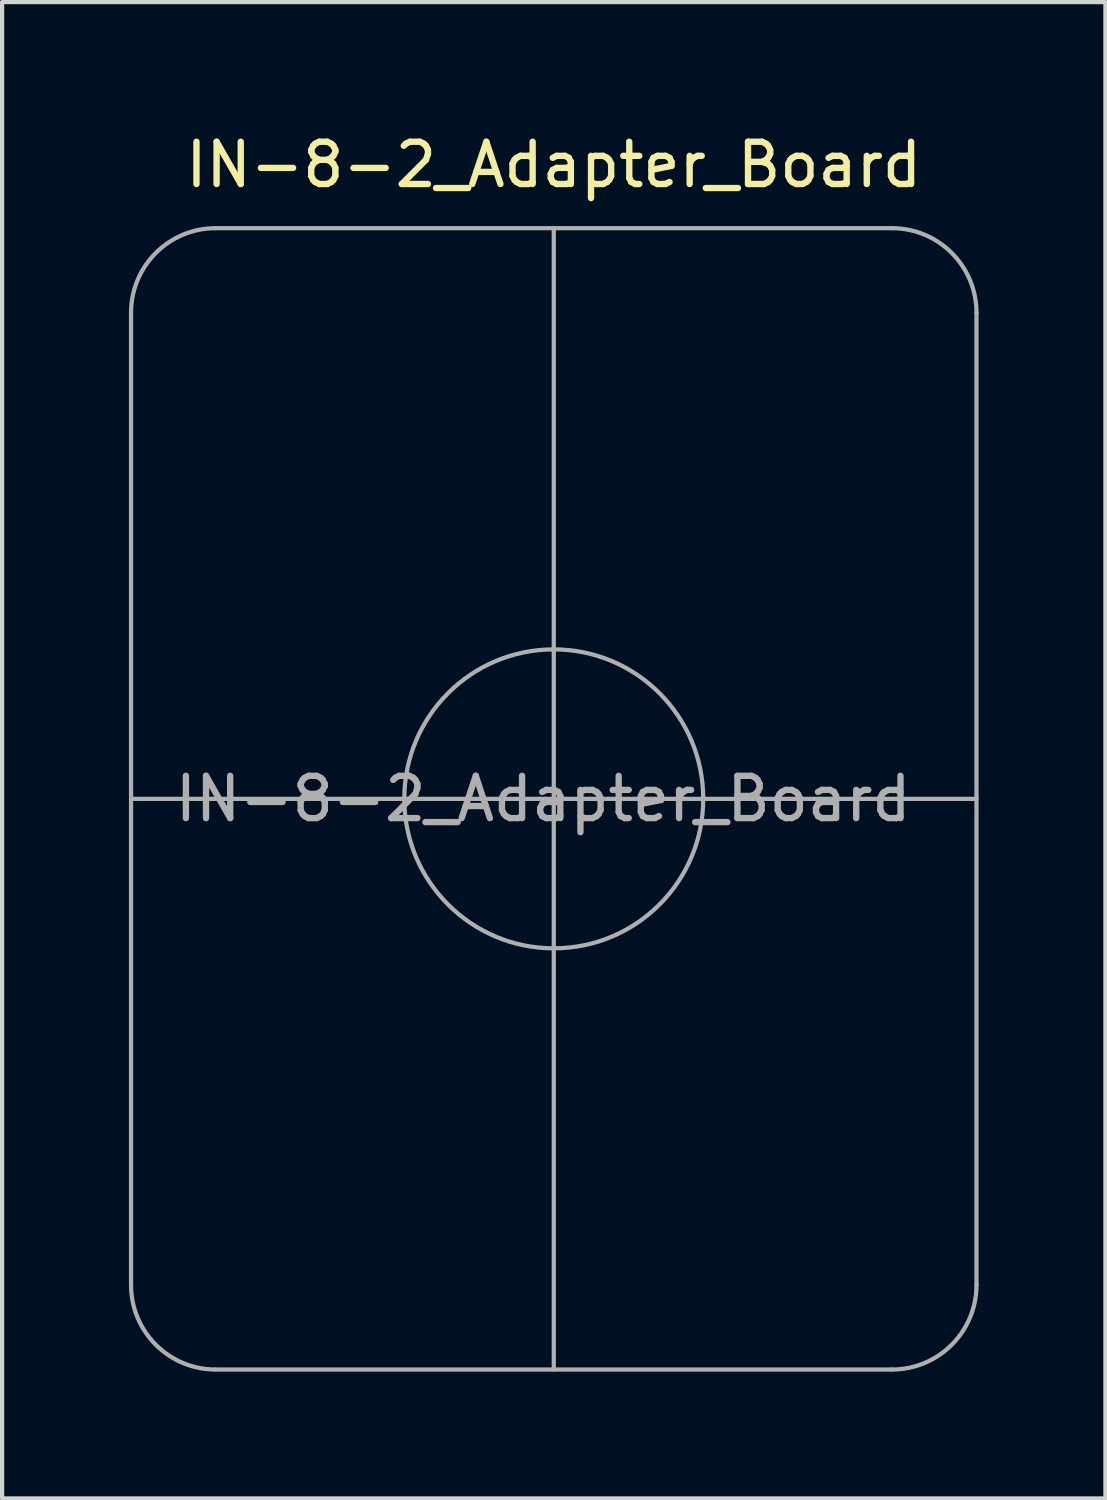
<source format=kicad_pcb>
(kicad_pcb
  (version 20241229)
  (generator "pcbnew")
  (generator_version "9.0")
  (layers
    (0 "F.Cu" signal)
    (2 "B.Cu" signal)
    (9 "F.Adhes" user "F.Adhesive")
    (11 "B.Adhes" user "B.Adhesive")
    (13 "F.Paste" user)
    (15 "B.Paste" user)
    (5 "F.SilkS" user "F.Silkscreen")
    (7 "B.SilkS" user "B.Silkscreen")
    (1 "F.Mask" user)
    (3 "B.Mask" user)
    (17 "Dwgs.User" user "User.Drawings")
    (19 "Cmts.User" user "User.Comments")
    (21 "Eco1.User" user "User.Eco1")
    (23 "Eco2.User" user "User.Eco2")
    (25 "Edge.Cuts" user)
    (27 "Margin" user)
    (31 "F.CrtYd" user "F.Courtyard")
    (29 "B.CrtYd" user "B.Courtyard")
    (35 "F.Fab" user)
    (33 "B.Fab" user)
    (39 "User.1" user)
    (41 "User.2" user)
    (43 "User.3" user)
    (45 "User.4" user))
  (footprint "IN-8-2_Adapter_Board"
    (layer "F.Cu")
    (at 10.05 15.848)
    (property "Reference" "IN-8-2_Adapter_Board" (at 0 -15 0) (unlocked yes) (layer "F.SilkS") (effects (font (size 1 1) (thickness 0.15))))
    (fp_line (start -10 0) (end 10 0) (stroke (width 0.1) (type default)) (layer "F.Fab"))
    (fp_line (start -10 11.5) (end -10 -11.5) (stroke (width 0.1) (type default)) (layer "F.Fab"))
    (fp_line (start -8 -13.5) (end 8 -13.5) (stroke (width 0.1) (type default)) (layer "F.Fab"))
    (fp_line (start -8 13.5) (end 8 13.5) (stroke (width 0.1) (type default)) (layer "F.Fab"))
    (fp_line (start 0 -13.5) (end 0 13.5) (stroke (width 0.1) (type default)) (layer "F.Fab"))
    (fp_line (start 10 11.5) (end 10 -11.5) (stroke (width 0.1) (type default)) (layer "F.Fab"))
    (fp_arc (start -10 -11.5) (mid -9.414214 -12.914214) (end -8 -13.5) (stroke (width 0.1) (type default)) (layer "F.Fab"))
    (fp_arc (start -8 13.5) (mid -9.414214 12.914214) (end -10 11.5) (stroke (width 0.1) (type default)) (layer "F.Fab"))
    (fp_arc (start 8 -13.5) (mid 9.414214 -12.914214) (end 10 -11.5) (stroke (width 0.1) (type default)) (layer "F.Fab"))
    (fp_arc (start 10 11.5) (mid 9.414214 12.914214) (end 8 13.5) (stroke (width 0.1) (type default)) (layer "F.Fab"))
    (fp_circle (center 0 0) (end 3.536 0) (stroke (width 0.1) (type default)) (fill no) (layer "F.Fab"))
    (fp_text user "${REFERENCE}" (at -0.25 0 0) (unlocked yes) (layer "F.Fab") (effects (font (size 1 1) (thickness 0.15)))))
  (gr_rect
    (start -3 -3)
    (end 23.1 32.398)
    (stroke (width 0.1) (type default))
    (fill no)
    (layer "Edge.Cuts")))
</source>
